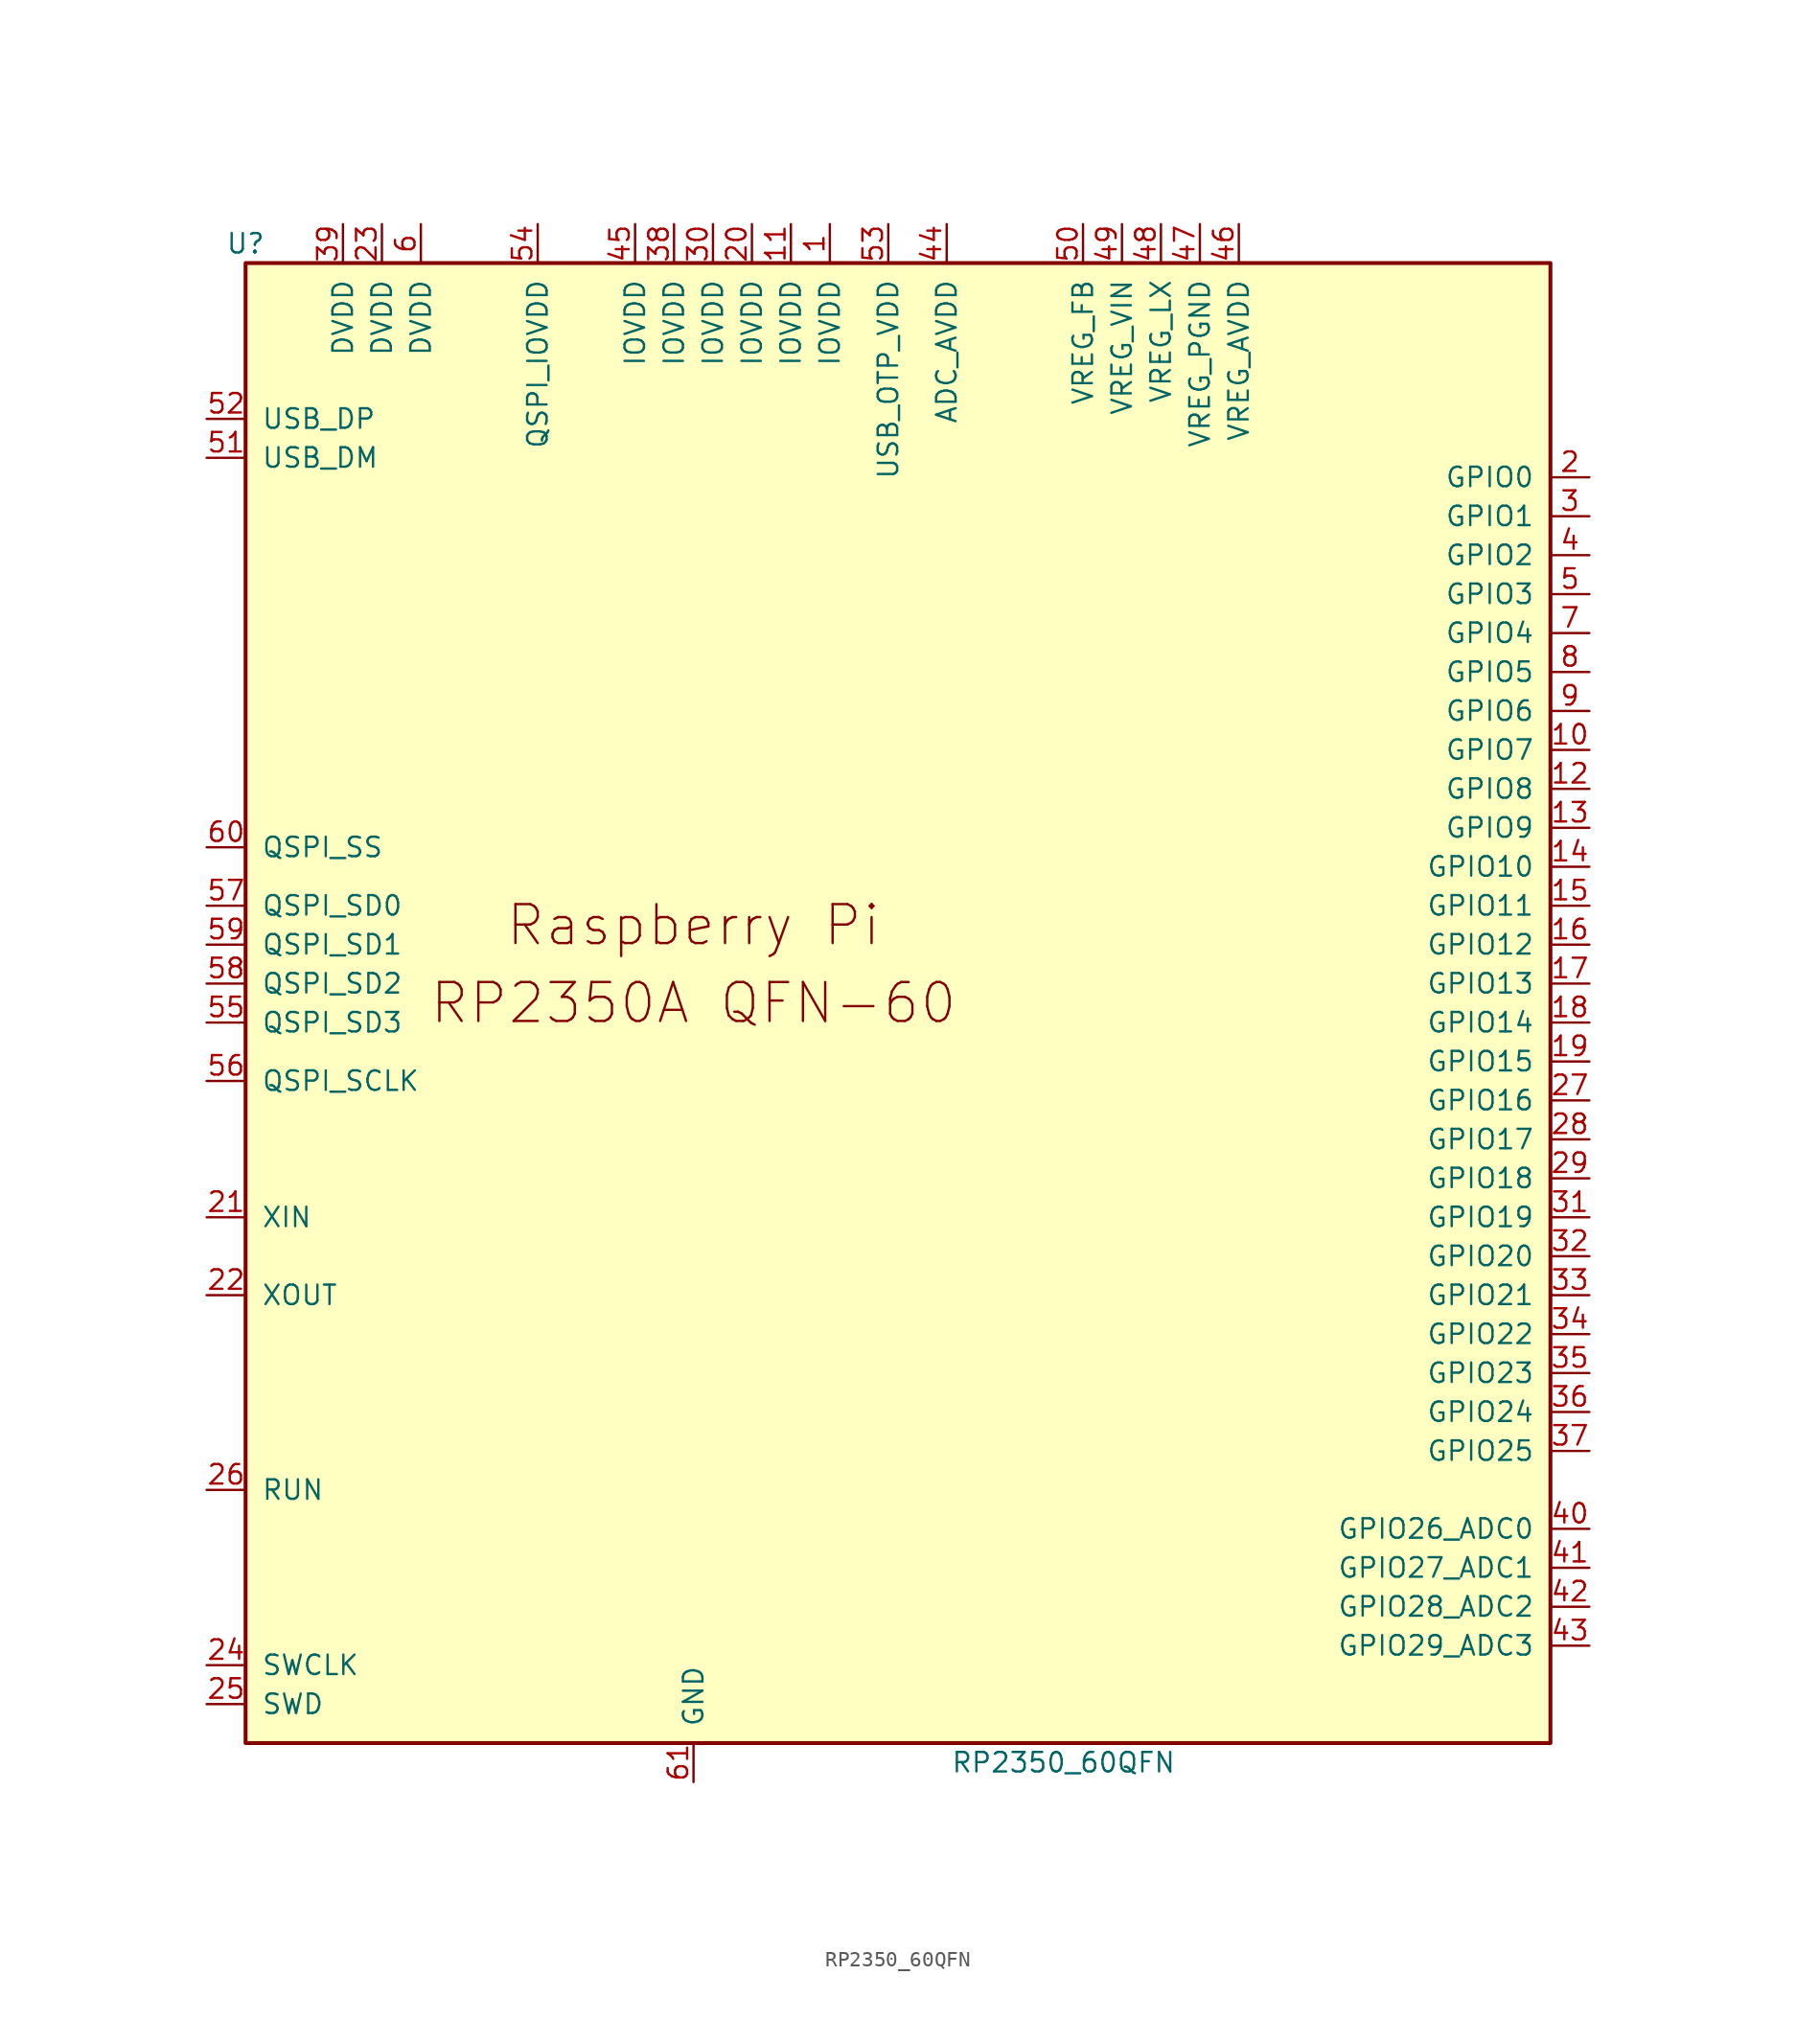
<source format=kicad_sym>
(kicad_symbol_lib
  (version 20241209)
  (generator "kicad_symbol_editor")
  (generator_version "9.0")
  (symbol "RP2350_60QFN"
    (pin_names
      (offset 1.016))
    (property "Reference" "U"
      (at -29.21 49.53 0)
      (effects (font (size 1.27 1.27))))
    (property "Value" "RP2350_60QFN"
      (at 24.13 -49.53 0)
      (effects (font (size 1.27 1.27))))
    (symbol "RP2350_60QFN_0_0"
      (text "Raspberry Pi" (at 0 5.08 0) (effects (font (size 2.54 2.54)))))
    (symbol "RP2350_60QFN_0_1"
      (rectangle (start -29.21 48.26) (end 55.88 -48.26) (stroke (width 0.254) (type default)) (fill (type background))))
    (symbol "RP2350_60QFN_1_0"
      (text "RP2350A QFN-60" (at 0 0 0) (effects (font (size 2.54 2.54)))))
    (symbol "RP2350_60QFN_1_1"
      (pin bidirectional line (at -31.75 38.1 0) (length 2.54) (name "USB_DP" (effects (font (size 1.27 1.27)))) (number "52" (effects (font (size 1.27 1.27)))))
      (pin bidirectional line (at -31.75 35.56 0) (length 2.54) (name "USB_DM" (effects (font (size 1.27 1.27)))) (number "51" (effects (font (size 1.27 1.27)))))
      (pin bidirectional line (at -31.75 10.16 0) (length 2.54) (name "QSPI_SS" (effects (font (size 1.27 1.27)))) (number "60" (effects (font (size 1.27 1.27)))))
      (pin bidirectional line (at -31.75 6.35 0) (length 2.54) (name "QSPI_SD0" (effects (font (size 1.27 1.27)))) (number "57" (effects (font (size 1.27 1.27)))))
      (pin bidirectional line (at -31.75 3.81 0) (length 2.54) (name "QSPI_SD1" (effects (font (size 1.27 1.27)))) (number "59" (effects (font (size 1.27 1.27)))))
      (pin bidirectional line (at -31.75 1.27 0) (length 2.54) (name "QSPI_SD2" (effects (font (size 1.27 1.27)))) (number "58" (effects (font (size 1.27 1.27)))))
      (pin bidirectional line (at -31.75 -1.27 0) (length 2.54) (name "QSPI_SD3" (effects (font (size 1.27 1.27)))) (number "55" (effects (font (size 1.27 1.27)))))
      (pin output line (at -31.75 -5.08 0) (length 2.54) (name "QSPI_SCLK" (effects (font (size 1.27 1.27)))) (number "56" (effects (font (size 1.27 1.27)))))
      (pin input line (at -31.75 -13.97 0) (length 2.54) (name "XIN" (effects (font (size 1.27 1.27)))) (number "21" (effects (font (size 1.27 1.27)))))
      (pin passive line (at -31.75 -19.05 0) (length 2.54) (name "XOUT" (effects (font (size 1.27 1.27)))) (number "22" (effects (font (size 1.27 1.27)))))
      (pin input line (at -31.75 -31.75 0) (length 2.54) (name "RUN" (effects (font (size 1.27 1.27)))) (number "26" (effects (font (size 1.27 1.27)))))
      (pin output line (at -31.75 -43.18 0) (length 2.54) (name "SWCLK" (effects (font (size 1.27 1.27)))) (number "24" (effects (font (size 1.27 1.27)))))
      (pin bidirectional line (at -31.75 -45.72 0) (length 2.54) (name "SWD" (effects (font (size 1.27 1.27)))) (number "25" (effects (font (size 1.27 1.27)))))
      (pin power_in line (at -22.86 50.8 270) (length 2.54) (name "DVDD" (effects (font (size 1.27 1.27)))) (number "39" (effects (font (size 1.27 1.27)))))
      (pin power_in line (at -20.32 50.8 270) (length 2.54) (name "DVDD" (effects (font (size 1.27 1.27)))) (number "23" (effects (font (size 1.27 1.27)))))
      (pin power_in line (at -17.78 50.8 270) (length 2.54) (name "DVDD" (effects (font (size 1.27 1.27)))) (number "6" (effects (font (size 1.27 1.27)))))
      (pin power_in line (at -10.16 50.8 270) (length 2.54) (name "QSPI_IOVDD" (effects (font (size 1.27 1.27)))) (number "54" (effects (font (size 1.27 1.27)))))
      (pin power_in line (at -3.81 50.8 270) (length 2.54) (name "IOVDD" (effects (font (size 1.27 1.27)))) (number "45" (effects (font (size 1.27 1.27)))))
      (pin power_in line (at -1.27 50.8 270) (length 2.54) (name "IOVDD" (effects (font (size 1.27 1.27)))) (number "38" (effects (font (size 1.27 1.27)))))
      (pin power_in line (at 0 -50.8 90) (length 2.54) (name "GND" (effects (font (size 1.27 1.27)))) (number "61" (effects (font (size 1.27 1.27)))))
      (pin power_in line (at 1.27 50.8 270) (length 2.54) (name "IOVDD" (effects (font (size 1.27 1.27)))) (number "30" (effects (font (size 1.27 1.27)))))
      (pin power_in line (at 3.81 50.8 270) (length 2.54) (name "IOVDD" (effects (font (size 1.27 1.27)))) (number "20" (effects (font (size 1.27 1.27)))))
      (pin power_in line (at 6.35 50.8 270) (length 2.54) (name "IOVDD" (effects (font (size 1.27 1.27)))) (number "11" (effects (font (size 1.27 1.27)))))
      (pin power_in line (at 8.89 50.8 270) (length 2.54) (name "IOVDD" (effects (font (size 1.27 1.27)))) (number "1" (effects (font (size 1.27 1.27)))))
      (pin power_in line (at 12.7 50.8 270) (length 2.54) (name "USB_OTP_VDD" (effects (font (size 1.27 1.27)))) (number "53" (effects (font (size 1.27 1.27)))))
      (pin power_in line (at 16.51 50.8 270) (length 2.54) (name "ADC_AVDD" (effects (font (size 1.27 1.27)))) (number "44" (effects (font (size 1.27 1.27)))))
      (pin input line (at 25.4 50.8 270) (length 2.54) (name "VREG_FB" (effects (font (size 1.27 1.27)))) (number "50" (effects (font (size 1.27 1.27)))))
      (pin power_in line (at 27.94 50.8 270) (length 2.54) (name "VREG_VIN" (effects (font (size 1.27 1.27)))) (number "49" (effects (font (size 1.27 1.27)))))
      (pin power_out line (at 30.48 50.8 270) (length 2.54) (name "VREG_LX" (effects (font (size 1.27 1.27)))) (number "48" (effects (font (size 1.27 1.27)))))
      (pin power_in line (at 33.02 50.8 270) (length 2.54) (name "VREG_PGND" (effects (font (size 1.27 1.27)))) (number "47" (effects (font (size 1.27 1.27)))))
      (pin power_in line (at 35.56 50.8 270) (length 2.54) (name "VREG_AVDD" (effects (font (size 1.27 1.27)))) (number "46" (effects (font (size 1.27 1.27)))))
      (pin bidirectional line (at 58.42 34.29 180) (length 2.54) (name "GPIO0" (effects (font (size 1.27 1.27)))) (number "2" (effects (font (size 1.27 1.27)))))
      (pin bidirectional line (at 58.42 31.75 180) (length 2.54) (name "GPIO1" (effects (font (size 1.27 1.27)))) (number "3" (effects (font (size 1.27 1.27)))))
      (pin bidirectional line (at 58.42 29.21 180) (length 2.54) (name "GPIO2" (effects (font (size 1.27 1.27)))) (number "4" (effects (font (size 1.27 1.27)))))
      (pin bidirectional line (at 58.42 26.67 180) (length 2.54) (name "GPIO3" (effects (font (size 1.27 1.27)))) (number "5" (effects (font (size 1.27 1.27)))))
      (pin bidirectional line (at 58.42 24.13 180) (length 2.54) (name "GPIO4" (effects (font (size 1.27 1.27)))) (number "7" (effects (font (size 1.27 1.27)))))
      (pin bidirectional line (at 58.42 21.59 180) (length 2.54) (name "GPIO5" (effects (font (size 1.27 1.27)))) (number "8" (effects (font (size 1.27 1.27)))))
      (pin bidirectional line (at 58.42 19.05 180) (length 2.54) (name "GPIO6" (effects (font (size 1.27 1.27)))) (number "9" (effects (font (size 1.27 1.27)))))
      (pin bidirectional line (at 58.42 16.51 180) (length 2.54) (name "GPIO7" (effects (font (size 1.27 1.27)))) (number "10" (effects (font (size 1.27 1.27)))))
      (pin bidirectional line (at 58.42 13.97 180) (length 2.54) (name "GPIO8" (effects (font (size 1.27 1.27)))) (number "12" (effects (font (size 1.27 1.27)))))
      (pin bidirectional line (at 58.42 11.43 180) (length 2.54) (name "GPIO9" (effects (font (size 1.27 1.27)))) (number "13" (effects (font (size 1.27 1.27)))))
      (pin bidirectional line (at 58.42 8.89 180) (length 2.54) (name "GPIO10" (effects (font (size 1.27 1.27)))) (number "14" (effects (font (size 1.27 1.27)))))
      (pin bidirectional line (at 58.42 6.35 180) (length 2.54) (name "GPIO11" (effects (font (size 1.27 1.27)))) (number "15" (effects (font (size 1.27 1.27)))))
      (pin bidirectional line (at 58.42 3.81 180) (length 2.54) (name "GPIO12" (effects (font (size 1.27 1.27)))) (number "16" (effects (font (size 1.27 1.27)))))
      (pin bidirectional line (at 58.42 1.27 180) (length 2.54) (name "GPIO13" (effects (font (size 1.27 1.27)))) (number "17" (effects (font (size 1.27 1.27)))))
      (pin bidirectional line (at 58.42 -1.27 180) (length 2.54) (name "GPIO14" (effects (font (size 1.27 1.27)))) (number "18" (effects (font (size 1.27 1.27)))))
      (pin bidirectional line (at 58.42 -3.81 180) (length 2.54) (name "GPIO15" (effects (font (size 1.27 1.27)))) (number "19" (effects (font (size 1.27 1.27)))))
      (pin bidirectional line (at 58.42 -6.35 180) (length 2.54) (name "GPIO16" (effects (font (size 1.27 1.27)))) (number "27" (effects (font (size 1.27 1.27)))))
      (pin bidirectional line (at 58.42 -8.89 180) (length 2.54) (name "GPIO17" (effects (font (size 1.27 1.27)))) (number "28" (effects (font (size 1.27 1.27)))))
      (pin bidirectional line (at 58.42 -11.43 180) (length 2.54) (name "GPIO18" (effects (font (size 1.27 1.27)))) (number "29" (effects (font (size 1.27 1.27)))))
      (pin bidirectional line (at 58.42 -13.97 180) (length 2.54) (name "GPIO19" (effects (font (size 1.27 1.27)))) (number "31" (effects (font (size 1.27 1.27)))))
      (pin bidirectional line (at 58.42 -16.51 180) (length 2.54) (name "GPIO20" (effects (font (size 1.27 1.27)))) (number "32" (effects (font (size 1.27 1.27)))))
      (pin bidirectional line (at 58.42 -19.05 180) (length 2.54) (name "GPIO21" (effects (font (size 1.27 1.27)))) (number "33" (effects (font (size 1.27 1.27)))))
      (pin bidirectional line (at 58.42 -21.59 180) (length 2.54) (name "GPIO22" (effects (font (size 1.27 1.27)))) (number "34" (effects (font (size 1.27 1.27)))))
      (pin bidirectional line (at 58.42 -24.13 180) (length 2.54) (name "GPIO23" (effects (font (size 1.27 1.27)))) (number "35" (effects (font (size 1.27 1.27)))))
      (pin bidirectional line (at 58.42 -26.67 180) (length 2.54) (name "GPIO24" (effects (font (size 1.27 1.27)))) (number "36" (effects (font (size 1.27 1.27)))))
      (pin bidirectional line (at 58.42 -29.21 180) (length 2.54) (name "GPIO25" (effects (font (size 1.27 1.27)))) (number "37" (effects (font (size 1.27 1.27)))))
      (pin bidirectional line (at 58.42 -34.29 180) (length 2.54) (name "GPIO26_ADC0" (effects (font (size 1.27 1.27)))) (number "40" (effects (font (size 1.27 1.27)))))
      (pin bidirectional line (at 58.42 -36.83 180) (length 2.54) (name "GPIO27_ADC1" (effects (font (size 1.27 1.27)))) (number "41" (effects (font (size 1.27 1.27)))))
      (pin bidirectional line (at 58.42 -39.37 180) (length 2.54) (name "GPIO28_ADC2" (effects (font (size 1.27 1.27)))) (number "42" (effects (font (size 1.27 1.27)))))
      (pin bidirectional line (at 58.42 -41.91 180) (length 2.54) (name "GPIO29_ADC3" (effects (font (size 1.27 1.27)))) (number "43" (effects (font (size 1.27 1.27))))))))
</source>
